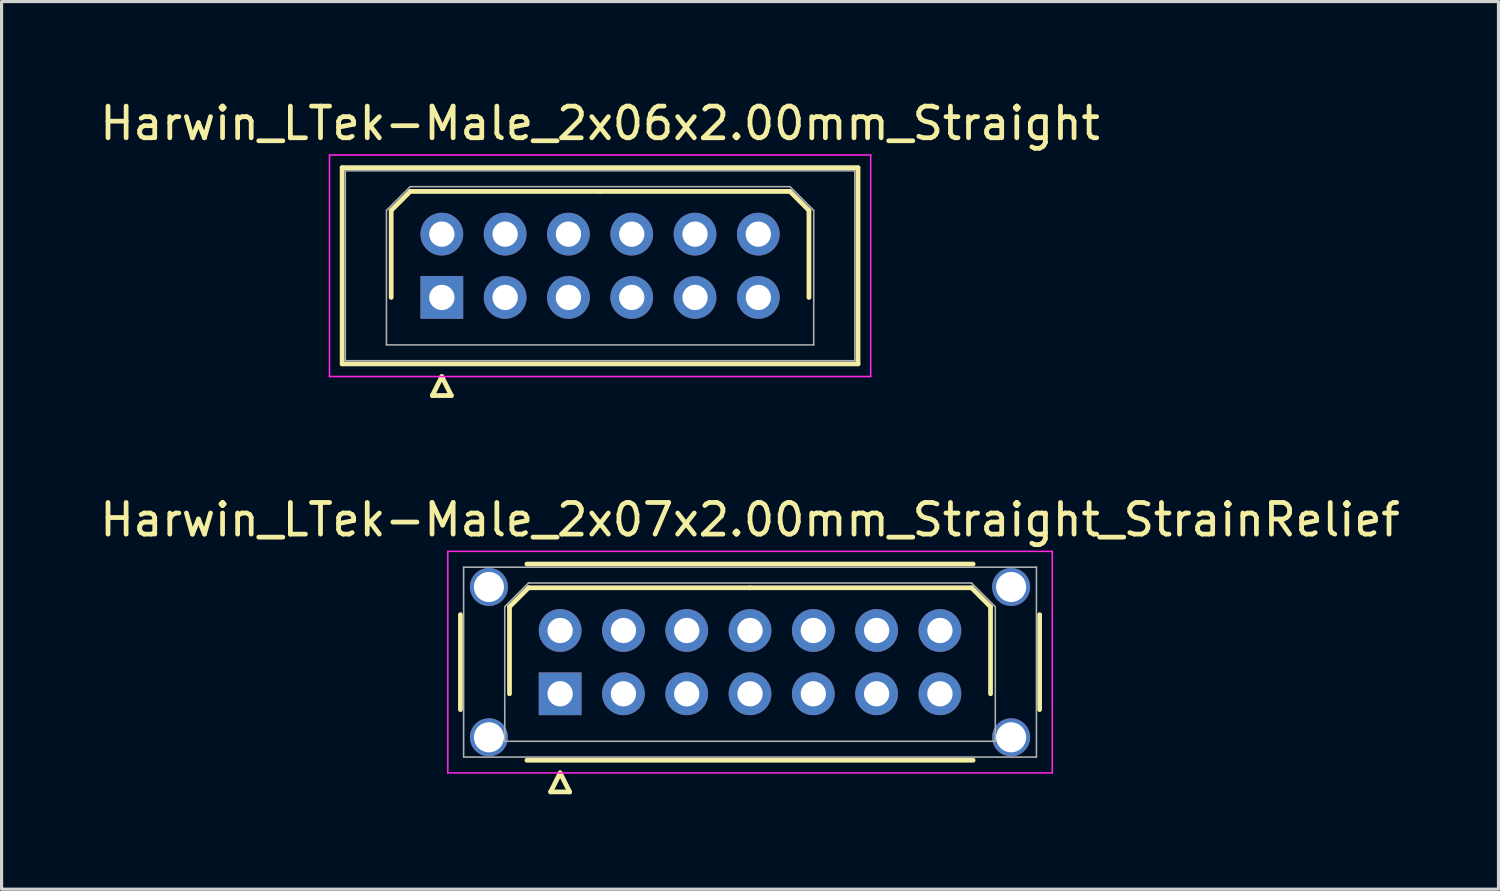
<source format=kicad_pcb>
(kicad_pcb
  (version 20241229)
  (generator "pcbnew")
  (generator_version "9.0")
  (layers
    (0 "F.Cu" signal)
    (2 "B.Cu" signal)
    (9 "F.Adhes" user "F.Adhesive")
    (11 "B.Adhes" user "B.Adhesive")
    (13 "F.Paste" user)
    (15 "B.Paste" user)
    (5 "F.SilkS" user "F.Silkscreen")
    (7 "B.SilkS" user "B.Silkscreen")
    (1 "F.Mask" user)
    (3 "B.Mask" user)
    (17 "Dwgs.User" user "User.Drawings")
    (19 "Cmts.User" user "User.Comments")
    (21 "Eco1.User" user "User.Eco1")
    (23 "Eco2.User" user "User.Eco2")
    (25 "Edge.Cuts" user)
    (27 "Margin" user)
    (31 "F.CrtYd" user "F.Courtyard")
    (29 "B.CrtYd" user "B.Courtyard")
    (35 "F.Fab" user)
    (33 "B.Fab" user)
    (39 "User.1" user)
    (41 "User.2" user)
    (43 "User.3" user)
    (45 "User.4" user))
  (footprint "Harwin_LTek-Male_2x06x2.00mm_Straight"
    (layer "F.Cu")
    (at 10.911 6.348)
    (property "Reference" "Harwin_LTek-Male_2x06x2.00mm_Straight" (at 5 -5.5 0) (layer "F.SilkS") (effects (font (size 1 1) (thickness 0.15))))
    (attr through_hole)
    (fp_line (start -3.15 -4.1) (end -3.15 2.1) (stroke (width 0.15) (type solid)) (layer "F.SilkS"))
    (fp_line (start -3.15 2.1) (end 13.15 2.1) (stroke (width 0.15) (type solid)) (layer "F.SilkS"))
    (fp_line (start -1.6 -2.75) (end -1 -3.35) (stroke (width 0.15) (type solid)) (layer "F.SilkS"))
    (fp_line (start -1.6 0) (end -1.6 -2.75) (stroke (width 0.15) (type solid)) (layer "F.SilkS"))
    (fp_line (start -1 -3.35) (end 5 -3.35) (stroke (width 0.15) (type solid)) (layer "F.SilkS"))
    (fp_line (start -0.3 3.1) (end 0.3 3.1) (stroke (width 0.15) (type solid)) (layer "F.SilkS"))
    (fp_line (start 0 2.5) (end -0.3 3.1) (stroke (width 0.15) (type solid)) (layer "F.SilkS"))
    (fp_line (start 0.3 3.1) (end 0 2.5) (stroke (width 0.15) (type solid)) (layer "F.SilkS"))
    (fp_line (start 11 -3.35) (end 5 -3.35) (stroke (width 0.15) (type solid)) (layer "F.SilkS"))
    (fp_line (start 11.6 -2.75) (end 11 -3.35) (stroke (width 0.15) (type solid)) (layer "F.SilkS"))
    (fp_line (start 11.6 0) (end 11.6 -2.75) (stroke (width 0.15) (type solid)) (layer "F.SilkS"))
    (fp_line (start 13.15 -4.1) (end -3.15 -4.1) (stroke (width 0.15) (type solid)) (layer "F.SilkS"))
    (fp_line (start 13.15 2.1) (end 13.15 -4.1) (stroke (width 0.15) (type solid)) (layer "F.SilkS"))
    (fp_line (start -3.55 -4.5) (end -3.55 2.5) (stroke (width 0.05) (type solid)) (layer "F.CrtYd"))
    (fp_line (start -3.55 2.5) (end 13.55 2.5) (stroke (width 0.05) (type solid)) (layer "F.CrtYd"))
    (fp_line (start 13.55 -4.5) (end -3.55 -4.5) (stroke (width 0.05) (type solid)) (layer "F.CrtYd"))
    (fp_line (start 13.55 2.5) (end 13.55 -4.5) (stroke (width 0.05) (type solid)) (layer "F.CrtYd"))
    (fp_line (start -3.05 -4) (end -3.05 2) (stroke (width 0.05) (type solid)) (layer "F.Fab"))
    (fp_line (start -3.05 2) (end 13.05 2) (stroke (width 0.05) (type solid)) (layer "F.Fab"))
    (fp_line (start -1.75 -2.75) (end -1 -3.5) (stroke (width 0.05) (type solid)) (layer "F.Fab"))
    (fp_line (start -1.75 1.5) (end -1.75 -2.75) (stroke (width 0.05) (type solid)) (layer "F.Fab"))
    (fp_line (start -1 -3.5) (end 11 -3.5) (stroke (width 0.05) (type solid)) (layer "F.Fab"))
    (fp_line (start 11 -3.5) (end 11.75 -2.75) (stroke (width 0.05) (type solid)) (layer "F.Fab"))
    (fp_line (start 11.75 -2.75) (end 11.75 1.5) (stroke (width 0.05) (type solid)) (layer "F.Fab"))
    (fp_line (start 11.75 1.5) (end -1.75 1.5) (stroke (width 0.05) (type solid)) (layer "F.Fab"))
    (fp_line (start 13.05 -4) (end -3.05 -4) (stroke (width 0.05) (type solid)) (layer "F.Fab"))
    (fp_line (start 13.05 2) (end 13.05 -4) (stroke (width 0.05) (type solid)) (layer "F.Fab"))
    (pad "1" thru_hole rect (at 0 0) (size 1.35 1.35) (drill 0.8) (layers "*.Cu" "*.Mask"))
    (pad "2" thru_hole circle (at 0 -2) (size 1.35 1.35) (drill 0.8) (layers "*.Cu" "*.Mask"))
    (pad "3" thru_hole circle (at 2 0) (size 1.35 1.35) (drill 0.8) (layers "*.Cu" "*.Mask"))
    (pad "4" thru_hole circle (at 2 -2) (size 1.35 1.35) (drill 0.8) (layers "*.Cu" "*.Mask"))
    (pad "5" thru_hole circle (at 4 0) (size 1.35 1.35) (drill 0.8) (layers "*.Cu" "*.Mask"))
    (pad "6" thru_hole circle (at 4 -2) (size 1.35 1.35) (drill 0.8) (layers "*.Cu" "*.Mask"))
    (pad "7" thru_hole circle (at 6 0) (size 1.35 1.35) (drill 0.8) (layers "*.Cu" "*.Mask"))
    (pad "8" thru_hole circle (at 6 -2) (size 1.35 1.35) (drill 0.8) (layers "*.Cu" "*.Mask"))
    (pad "9" thru_hole circle (at 8 0) (size 1.35 1.35) (drill 0.8) (layers "*.Cu" "*.Mask"))
    (pad "10" thru_hole circle (at 8 -2) (size 1.35 1.35) (drill 0.8) (layers "*.Cu" "*.Mask"))
    (pad "11" thru_hole circle (at 10 0) (size 1.35 1.35) (drill 0.8) (layers "*.Cu" "*.Mask"))
    (pad "12" thru_hole circle (at 10 -2) (size 1.35 1.35) (drill 0.8) (layers "*.Cu" "*.Mask")))
  (footprint "Harwin_LTek-Male_2x07x2.00mm_Straight_StrainRelief"
    (layer "F.Cu")
    (at 14.649 18.872)
    (property "Reference" "Harwin_LTek-Male_2x07x2.00mm_Straight_StrainRelief" (at 6 -5.5 0) (layer "F.SilkS") (effects (font (size 1 1) (thickness 0.15))))
    (attr through_hole)
    (fp_line (start -3.15 -2.5) (end -3.15 0.5) (stroke (width 0.15) (type solid)) (layer "F.SilkS"))
    (fp_line (start -1.6 -2.75) (end -1 -3.35) (stroke (width 0.15) (type solid)) (layer "F.SilkS"))
    (fp_line (start -1.6 0) (end -1.6 -2.75) (stroke (width 0.15) (type solid)) (layer "F.SilkS"))
    (fp_line (start -1.05 -4.1) (end 13.05 -4.1) (stroke (width 0.15) (type solid)) (layer "F.SilkS"))
    (fp_line (start -1.05 2.1) (end 13.05 2.1) (stroke (width 0.15) (type solid)) (layer "F.SilkS"))
    (fp_line (start -1 -3.35) (end 6 -3.35) (stroke (width 0.15) (type solid)) (layer "F.SilkS"))
    (fp_line (start -0.3 3.1) (end 0.3 3.1) (stroke (width 0.15) (type solid)) (layer "F.SilkS"))
    (fp_line (start 0 2.5) (end -0.3 3.1) (stroke (width 0.15) (type solid)) (layer "F.SilkS"))
    (fp_line (start 0.3 3.1) (end 0 2.5) (stroke (width 0.15) (type solid)) (layer "F.SilkS"))
    (fp_line (start 13 -3.35) (end 6 -3.35) (stroke (width 0.15) (type solid)) (layer "F.SilkS"))
    (fp_line (start 13.6 -2.75) (end 13 -3.35) (stroke (width 0.15) (type solid)) (layer "F.SilkS"))
    (fp_line (start 13.6 0) (end 13.6 -2.75) (stroke (width 0.15) (type solid)) (layer "F.SilkS"))
    (fp_line (start 15.15 -2.5) (end 15.15 0.5) (stroke (width 0.15) (type solid)) (layer "F.SilkS"))
    (fp_line (start -3.55 -4.5) (end -3.55 2.5) (stroke (width 0.05) (type solid)) (layer "F.CrtYd"))
    (fp_line (start -3.55 2.5) (end 15.55 2.5) (stroke (width 0.05) (type solid)) (layer "F.CrtYd"))
    (fp_line (start 15.55 -4.5) (end -3.55 -4.5) (stroke (width 0.05) (type solid)) (layer "F.CrtYd"))
    (fp_line (start 15.55 2.5) (end 15.55 -4.5) (stroke (width 0.05) (type solid)) (layer "F.CrtYd"))
    (fp_line (start -3.05 -4) (end -3.05 2) (stroke (width 0.05) (type solid)) (layer "F.Fab"))
    (fp_line (start -3.05 2) (end 15.05 2) (stroke (width 0.05) (type solid)) (layer "F.Fab"))
    (fp_line (start -1.75 -2.75) (end -1 -3.5) (stroke (width 0.05) (type solid)) (layer "F.Fab"))
    (fp_line (start -1.75 1.5) (end -1.75 -2.75) (stroke (width 0.05) (type solid)) (layer "F.Fab"))
    (fp_line (start -1 -3.5) (end 13 -3.5) (stroke (width 0.05) (type solid)) (layer "F.Fab"))
    (fp_line (start 13 -3.5) (end 13.75 -2.75) (stroke (width 0.05) (type solid)) (layer "F.Fab"))
    (fp_line (start 13.75 -2.75) (end 13.75 1.5) (stroke (width 0.05) (type solid)) (layer "F.Fab"))
    (fp_line (start 13.75 1.5) (end -1.75 1.5) (stroke (width 0.05) (type solid)) (layer "F.Fab"))
    (fp_line (start 15.05 -4) (end -3.05 -4) (stroke (width 0.05) (type solid)) (layer "F.Fab"))
    (fp_line (start 15.05 2) (end 15.05 -4) (stroke (width 0.05) (type solid)) (layer "F.Fab"))
    (pad "" thru_hole circle (at -2.25 -3.375) (size 1.2 1.2) (drill 0.95) (layers "*.Cu" "*.Mask"))
    (pad "" thru_hole circle (at -2.25 1.375) (size 1.2 1.2) (drill 0.95) (layers "*.Cu" "*.Mask"))
    (pad "" thru_hole circle (at 14.25 -3.375) (size 1.2 1.2) (drill 0.95) (layers "*.Cu" "*.Mask"))
    (pad "" thru_hole circle (at 14.25 1.375) (size 1.2 1.2) (drill 0.95) (layers "*.Cu" "*.Mask"))
    (pad "1" thru_hole rect (at 0 0) (size 1.35 1.35) (drill 0.8) (layers "*.Cu" "*.Mask"))
    (pad "2" thru_hole circle (at 0 -2) (size 1.35 1.35) (drill 0.8) (layers "*.Cu" "*.Mask"))
    (pad "3" thru_hole circle (at 2 0) (size 1.35 1.35) (drill 0.8) (layers "*.Cu" "*.Mask"))
    (pad "4" thru_hole circle (at 2 -2) (size 1.35 1.35) (drill 0.8) (layers "*.Cu" "*.Mask"))
    (pad "5" thru_hole circle (at 4 0) (size 1.35 1.35) (drill 0.8) (layers "*.Cu" "*.Mask"))
    (pad "6" thru_hole circle (at 4 -2) (size 1.35 1.35) (drill 0.8) (layers "*.Cu" "*.Mask"))
    (pad "7" thru_hole circle (at 6 0) (size 1.35 1.35) (drill 0.8) (layers "*.Cu" "*.Mask"))
    (pad "8" thru_hole circle (at 6 -2) (size 1.35 1.35) (drill 0.8) (layers "*.Cu" "*.Mask"))
    (pad "9" thru_hole circle (at 8 0) (size 1.35 1.35) (drill 0.8) (layers "*.Cu" "*.Mask"))
    (pad "10" thru_hole circle (at 8 -2) (size 1.35 1.35) (drill 0.8) (layers "*.Cu" "*.Mask"))
    (pad "11" thru_hole circle (at 10 0) (size 1.35 1.35) (drill 0.8) (layers "*.Cu" "*.Mask"))
    (pad "12" thru_hole circle (at 10 -2) (size 1.35 1.35) (drill 0.8) (layers "*.Cu" "*.Mask"))
    (pad "13" thru_hole circle (at 12 0) (size 1.35 1.35) (drill 0.8) (layers "*.Cu" "*.Mask"))
    (pad "14" thru_hole circle (at 12 -2) (size 1.35 1.35) (drill 0.8) (layers "*.Cu" "*.Mask")))
  (gr_rect
    (start -3 -3)
    (end 44.298 25.047)
    (stroke (width 0.1) (type default))
    (fill no)
    (layer "Edge.Cuts")))
</source>
